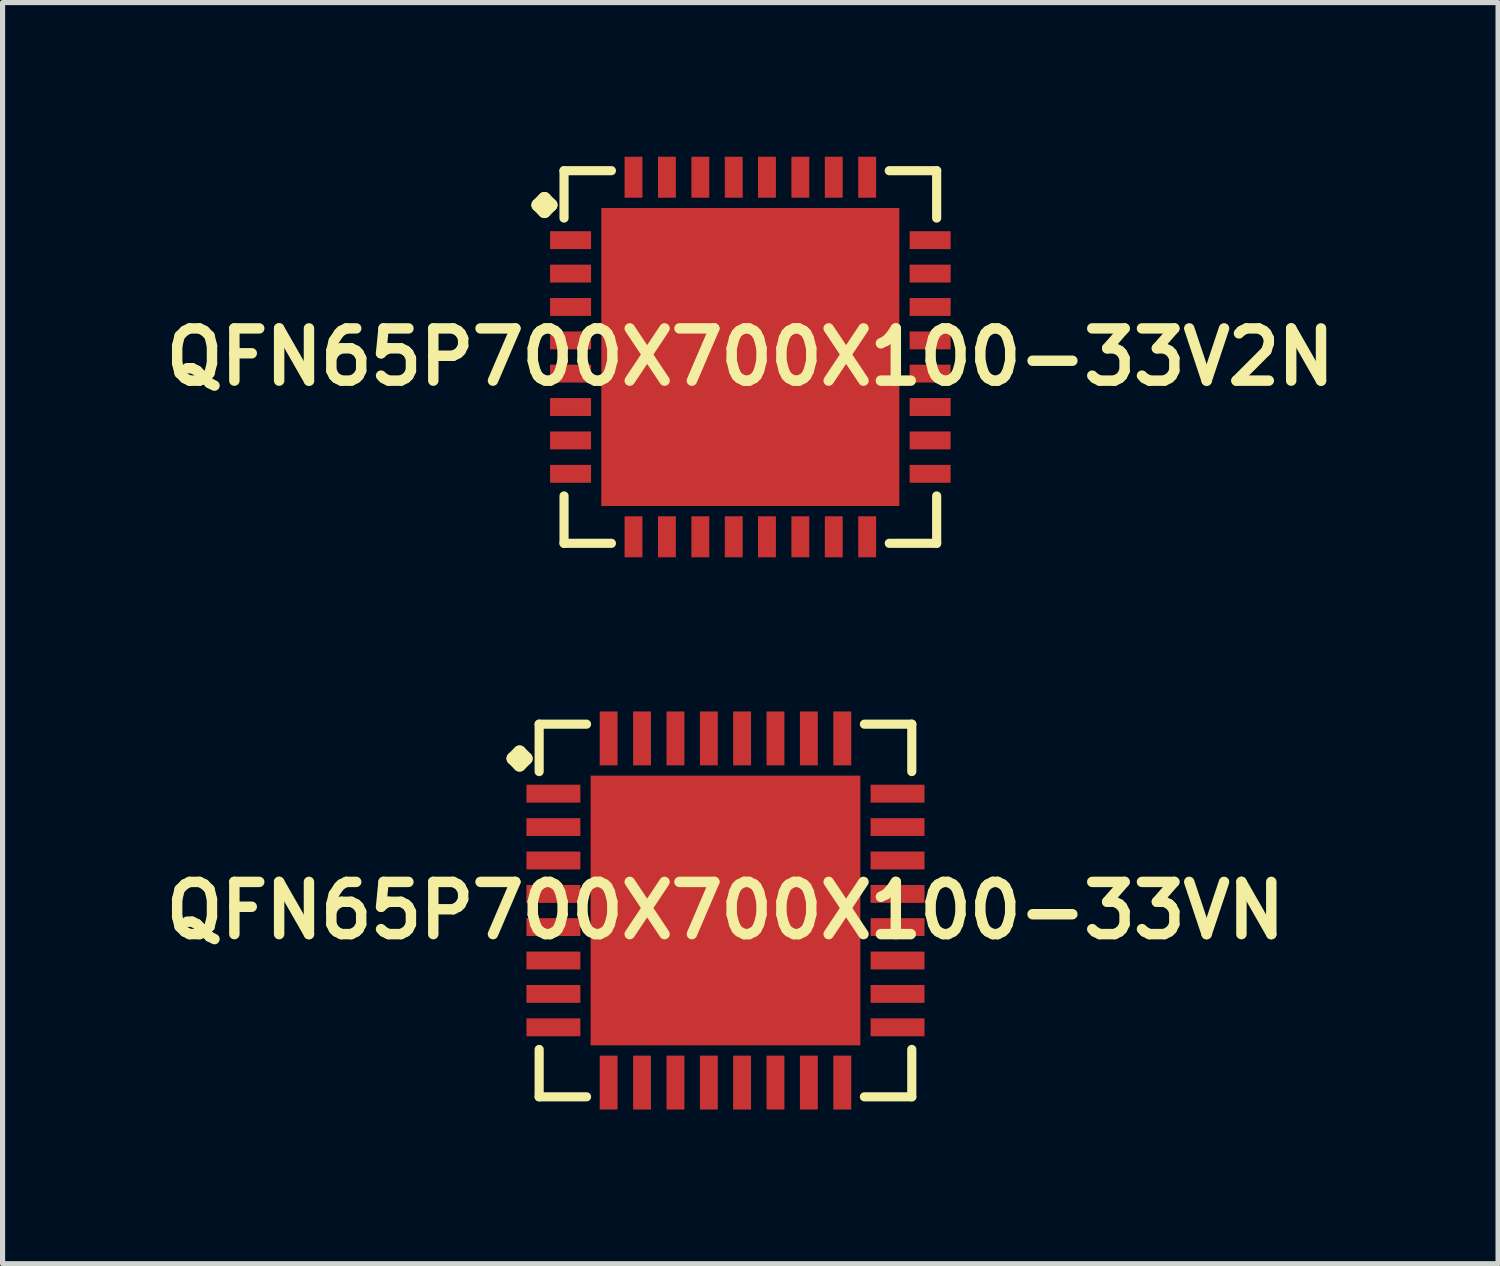
<source format=kicad_pcb>
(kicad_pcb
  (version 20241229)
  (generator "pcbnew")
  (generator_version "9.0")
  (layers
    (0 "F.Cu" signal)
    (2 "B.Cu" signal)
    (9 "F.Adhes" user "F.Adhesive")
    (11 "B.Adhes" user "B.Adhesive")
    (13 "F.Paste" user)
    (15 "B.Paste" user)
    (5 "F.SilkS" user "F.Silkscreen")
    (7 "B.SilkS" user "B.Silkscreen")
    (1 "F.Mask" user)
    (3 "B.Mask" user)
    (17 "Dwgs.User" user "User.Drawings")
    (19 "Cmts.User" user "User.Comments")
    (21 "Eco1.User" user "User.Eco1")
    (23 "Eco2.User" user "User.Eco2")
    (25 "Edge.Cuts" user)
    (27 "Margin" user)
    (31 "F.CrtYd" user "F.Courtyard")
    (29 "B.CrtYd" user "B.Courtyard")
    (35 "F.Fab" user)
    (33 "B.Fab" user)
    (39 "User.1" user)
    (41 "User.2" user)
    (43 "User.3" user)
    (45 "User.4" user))
  (footprint "QFN65P700X700X100-33VN"
    (layer "F.Cu")
    (at 11.065 14.665)
    (property "Reference" "QFN65P700X700X100-33VN" (at 0 0 0) (layer "F.SilkS") (effects (font (size 1.016 1.016) (thickness 0.203))))
    (attr smd)
    (fp_line (start -4.133 -2.957) (end -4.006 -3.084) (stroke (width 0.254) (type solid)) (layer "F.SilkS"))
    (fp_line (start -4.006 -3.084) (end -3.879 -2.957) (stroke (width 0.254) (type solid)) (layer "F.SilkS"))
    (fp_line (start -4.006 -2.83) (end -4.133 -2.957) (stroke (width 0.254) (type solid)) (layer "F.SilkS"))
    (fp_line (start -3.879 -2.957) (end -4.006 -2.83) (stroke (width 0.254) (type solid)) (layer "F.SilkS"))
    (fp_line (start -3.625 -3.625) (end -2.703 -3.625) (stroke (width 0.178) (type solid)) (layer "F.SilkS"))
    (fp_line (start -3.625 -2.703) (end -3.625 -3.625) (stroke (width 0.178) (type solid)) (layer "F.SilkS"))
    (fp_line (start -3.625 2.703) (end -3.625 3.625) (stroke (width 0.178) (type solid)) (layer "F.SilkS"))
    (fp_line (start -3.625 3.625) (end -2.703 3.625) (stroke (width 0.178) (type solid)) (layer "F.SilkS"))
    (fp_line (start 2.703 -3.625) (end 3.625 -3.625) (stroke (width 0.178) (type solid)) (layer "F.SilkS"))
    (fp_line (start 2.703 3.625) (end 3.625 3.625) (stroke (width 0.178) (type solid)) (layer "F.SilkS"))
    (fp_line (start 3.625 -3.625) (end 3.625 -2.703) (stroke (width 0.178) (type solid)) (layer "F.SilkS"))
    (fp_line (start 3.625 3.625) (end 3.625 2.703) (stroke (width 0.178) (type solid)) (layer "F.SilkS"))
    (pad "1" smd rect (at -3.348 -2.273) (size 1.049 0.348) (layers "F.Cu" "F.Mask" "F.Paste"))
    (pad "2" smd rect (at -3.348 -1.623) (size 1.049 0.348) (layers "F.Cu" "F.Mask" "F.Paste"))
    (pad "3" smd rect (at -3.348 -0.973) (size 1.049 0.348) (layers "F.Cu" "F.Mask" "F.Paste"))
    (pad "4" smd rect (at -3.348 -0.323) (size 1.049 0.348) (layers "F.Cu" "F.Mask" "F.Paste"))
    (pad "5" smd rect (at -3.348 0.323) (size 1.049 0.348) (layers "F.Cu" "F.Mask" "F.Paste"))
    (pad "6" smd rect (at -3.348 0.973) (size 1.049 0.348) (layers "F.Cu" "F.Mask" "F.Paste"))
    (pad "7" smd rect (at -3.348 1.623) (size 1.049 0.348) (layers "F.Cu" "F.Mask" "F.Paste"))
    (pad "8" smd rect (at -3.348 2.273) (size 1.049 0.348) (layers "F.Cu" "F.Mask" "F.Paste"))
    (pad "9" smd rect (at -2.273 3.348) (size 0.348 1.049) (layers "F.Cu" "F.Mask" "F.Paste"))
    (pad "10" smd rect (at -1.623 3.348) (size 0.348 1.049) (layers "F.Cu" "F.Mask" "F.Paste"))
    (pad "11" smd rect (at -0.973 3.348) (size 0.348 1.049) (layers "F.Cu" "F.Mask" "F.Paste"))
    (pad "12" smd rect (at -0.323 3.348) (size 0.348 1.049) (layers "F.Cu" "F.Mask" "F.Paste"))
    (pad "13" smd rect (at 0.323 3.348) (size 0.348 1.049) (layers "F.Cu" "F.Mask" "F.Paste"))
    (pad "14" smd rect (at 0.973 3.348) (size 0.348 1.049) (layers "F.Cu" "F.Mask" "F.Paste"))
    (pad "15" smd rect (at 1.623 3.348) (size 0.348 1.049) (layers "F.Cu" "F.Mask" "F.Paste"))
    (pad "16" smd rect (at 2.273 3.348) (size 0.348 1.049) (layers "F.Cu" "F.Mask" "F.Paste"))
    (pad "17" smd rect (at 3.348 2.273) (size 1.049 0.348) (layers "F.Cu" "F.Mask" "F.Paste"))
    (pad "18" smd rect (at 3.348 1.623) (size 1.049 0.348) (layers "F.Cu" "F.Mask" "F.Paste"))
    (pad "19" smd rect (at 3.348 0.973) (size 1.049 0.348) (layers "F.Cu" "F.Mask" "F.Paste"))
    (pad "20" smd rect (at 3.348 0.323) (size 1.049 0.348) (layers "F.Cu" "F.Mask" "F.Paste"))
    (pad "21" smd rect (at 3.348 -0.323) (size 1.049 0.348) (layers "F.Cu" "F.Mask" "F.Paste"))
    (pad "22" smd rect (at 3.348 -0.973) (size 1.049 0.348) (layers "F.Cu" "F.Mask" "F.Paste"))
    (pad "23" smd rect (at 3.348 -1.623) (size 1.049 0.348) (layers "F.Cu" "F.Mask" "F.Paste"))
    (pad "24" smd rect (at 3.348 -2.273) (size 1.049 0.348) (layers "F.Cu" "F.Mask" "F.Paste"))
    (pad "25" smd rect (at 2.273 -3.348) (size 0.348 1.049) (layers "F.Cu" "F.Mask" "F.Paste"))
    (pad "26" smd rect (at 1.623 -3.348) (size 0.348 1.049) (layers "F.Cu" "F.Mask" "F.Paste"))
    (pad "27" smd rect (at 0.973 -3.348) (size 0.348 1.049) (layers "F.Cu" "F.Mask" "F.Paste"))
    (pad "28" smd rect (at 0.323 -3.348) (size 0.348 1.049) (layers "F.Cu" "F.Mask" "F.Paste"))
    (pad "29" smd rect (at -0.323 -3.348) (size 0.348 1.049) (layers "F.Cu" "F.Mask" "F.Paste"))
    (pad "30" smd rect (at -0.973 -3.348) (size 0.348 1.049) (layers "F.Cu" "F.Mask" "F.Paste"))
    (pad "31" smd rect (at -1.623 -3.348) (size 0.348 1.049) (layers "F.Cu" "F.Mask" "F.Paste"))
    (pad "32" smd rect (at -2.273 -3.348) (size 0.348 1.049) (layers "F.Cu" "F.Mask" "F.Paste"))
    (pad "33" smd rect (at 0 0) (size 5.248 5.248) (layers "F.Cu" "F.Mask" "F.Paste")))
  (footprint "QFN65P700X700X100-33V2N"
    (layer "F.Cu")
    (at 11.549 3.896)
    (property "Reference" "QFN65P700X700X100-33V2N" (at 0 0 0) (layer "F.SilkS") (effects (font (size 1.016 1.016) (thickness 0.203))))
    (attr smd)
    (fp_line (start -4.133 -2.957) (end -4.006 -3.084) (stroke (width 0.254) (type solid)) (layer "F.SilkS"))
    (fp_line (start -4.006 -3.084) (end -3.879 -2.957) (stroke (width 0.254) (type solid)) (layer "F.SilkS"))
    (fp_line (start -4.006 -2.83) (end -4.133 -2.957) (stroke (width 0.254) (type solid)) (layer "F.SilkS"))
    (fp_line (start -3.879 -2.957) (end -4.006 -2.83) (stroke (width 0.254) (type solid)) (layer "F.SilkS"))
    (fp_line (start -3.625 -3.625) (end -2.703 -3.625) (stroke (width 0.178) (type solid)) (layer "F.SilkS"))
    (fp_line (start -3.625 -2.703) (end -3.625 -3.625) (stroke (width 0.178) (type solid)) (layer "F.SilkS"))
    (fp_line (start -3.625 2.703) (end -3.625 3.625) (stroke (width 0.178) (type solid)) (layer "F.SilkS"))
    (fp_line (start -3.625 3.625) (end -2.703 3.625) (stroke (width 0.178) (type solid)) (layer "F.SilkS"))
    (fp_line (start 2.703 -3.625) (end 3.625 -3.625) (stroke (width 0.178) (type solid)) (layer "F.SilkS"))
    (fp_line (start 2.703 3.625) (end 3.625 3.625) (stroke (width 0.178) (type solid)) (layer "F.SilkS"))
    (fp_line (start 3.625 -3.625) (end 3.625 -2.703) (stroke (width 0.178) (type solid)) (layer "F.SilkS"))
    (fp_line (start 3.625 3.625) (end 3.625 2.703) (stroke (width 0.178) (type solid)) (layer "F.SilkS"))
    (pad "1" smd rect (at -3.498 -2.273) (size 0.798 0.348) (layers "F.Cu" "F.Mask" "F.Paste"))
    (pad "2" smd rect (at -3.498 -1.623) (size 0.798 0.348) (layers "F.Cu" "F.Mask" "F.Paste"))
    (pad "3" smd rect (at -3.498 -0.973) (size 0.798 0.348) (layers "F.Cu" "F.Mask" "F.Paste"))
    (pad "4" smd rect (at -3.498 -0.323) (size 0.798 0.348) (layers "F.Cu" "F.Mask" "F.Paste"))
    (pad "5" smd rect (at -3.498 0.323) (size 0.798 0.348) (layers "F.Cu" "F.Mask" "F.Paste"))
    (pad "6" smd rect (at -3.498 0.973) (size 0.798 0.348) (layers "F.Cu" "F.Mask" "F.Paste"))
    (pad "7" smd rect (at -3.498 1.623) (size 0.798 0.348) (layers "F.Cu" "F.Mask" "F.Paste"))
    (pad "8" smd rect (at -3.498 2.273) (size 0.798 0.348) (layers "F.Cu" "F.Mask" "F.Paste"))
    (pad "9" smd rect (at -2.273 3.498) (size 0.348 0.798) (layers "F.Cu" "F.Mask" "F.Paste"))
    (pad "10" smd rect (at -1.623 3.498) (size 0.348 0.798) (layers "F.Cu" "F.Mask" "F.Paste"))
    (pad "11" smd rect (at -0.973 3.498) (size 0.348 0.798) (layers "F.Cu" "F.Mask" "F.Paste"))
    (pad "12" smd rect (at -0.323 3.498) (size 0.348 0.798) (layers "F.Cu" "F.Mask" "F.Paste"))
    (pad "13" smd rect (at 0.323 3.498) (size 0.348 0.798) (layers "F.Cu" "F.Mask" "F.Paste"))
    (pad "14" smd rect (at 0.973 3.498) (size 0.348 0.798) (layers "F.Cu" "F.Mask" "F.Paste"))
    (pad "15" smd rect (at 1.623 3.498) (size 0.348 0.798) (layers "F.Cu" "F.Mask" "F.Paste"))
    (pad "16" smd rect (at 2.273 3.498) (size 0.348 0.798) (layers "F.Cu" "F.Mask" "F.Paste"))
    (pad "17" smd rect (at 3.498 2.273) (size 0.798 0.348) (layers "F.Cu" "F.Mask" "F.Paste"))
    (pad "18" smd rect (at 3.498 1.623) (size 0.798 0.348) (layers "F.Cu" "F.Mask" "F.Paste"))
    (pad "19" smd rect (at 3.498 0.973) (size 0.798 0.348) (layers "F.Cu" "F.Mask" "F.Paste"))
    (pad "20" smd rect (at 3.498 0.323) (size 0.798 0.348) (layers "F.Cu" "F.Mask" "F.Paste"))
    (pad "21" smd rect (at 3.498 -0.323) (size 0.798 0.348) (layers "F.Cu" "F.Mask" "F.Paste"))
    (pad "22" smd rect (at 3.498 -0.973) (size 0.798 0.348) (layers "F.Cu" "F.Mask" "F.Paste"))
    (pad "23" smd rect (at 3.498 -1.623) (size 0.798 0.348) (layers "F.Cu" "F.Mask" "F.Paste"))
    (pad "24" smd rect (at 3.498 -2.273) (size 0.798 0.348) (layers "F.Cu" "F.Mask" "F.Paste"))
    (pad "25" smd rect (at 2.273 -3.498) (size 0.348 0.798) (layers "F.Cu" "F.Mask" "F.Paste"))
    (pad "26" smd rect (at 1.623 -3.498) (size 0.348 0.798) (layers "F.Cu" "F.Mask" "F.Paste"))
    (pad "27" smd rect (at 0.973 -3.498) (size 0.348 0.798) (layers "F.Cu" "F.Mask" "F.Paste"))
    (pad "28" smd rect (at 0.323 -3.498) (size 0.348 0.798) (layers "F.Cu" "F.Mask" "F.Paste"))
    (pad "29" smd rect (at -0.323 -3.498) (size 0.348 0.798) (layers "F.Cu" "F.Mask" "F.Paste"))
    (pad "30" smd rect (at -0.973 -3.498) (size 0.348 0.798) (layers "F.Cu" "F.Mask" "F.Paste"))
    (pad "31" smd rect (at -1.623 -3.498) (size 0.348 0.798) (layers "F.Cu" "F.Mask" "F.Paste"))
    (pad "32" smd rect (at -2.273 -3.498) (size 0.348 0.798) (layers "F.Cu" "F.Mask" "F.Paste"))
    (pad "33" smd rect (at 0 0) (size 5.799 5.799) (layers "F.Cu" "F.Mask" "F.Paste")))
  (gr_rect
    (start -3 -3)
    (end 26.097 21.537)
    (stroke (width 0.1) (type default))
    (fill no)
    (layer "Edge.Cuts")))
</source>
